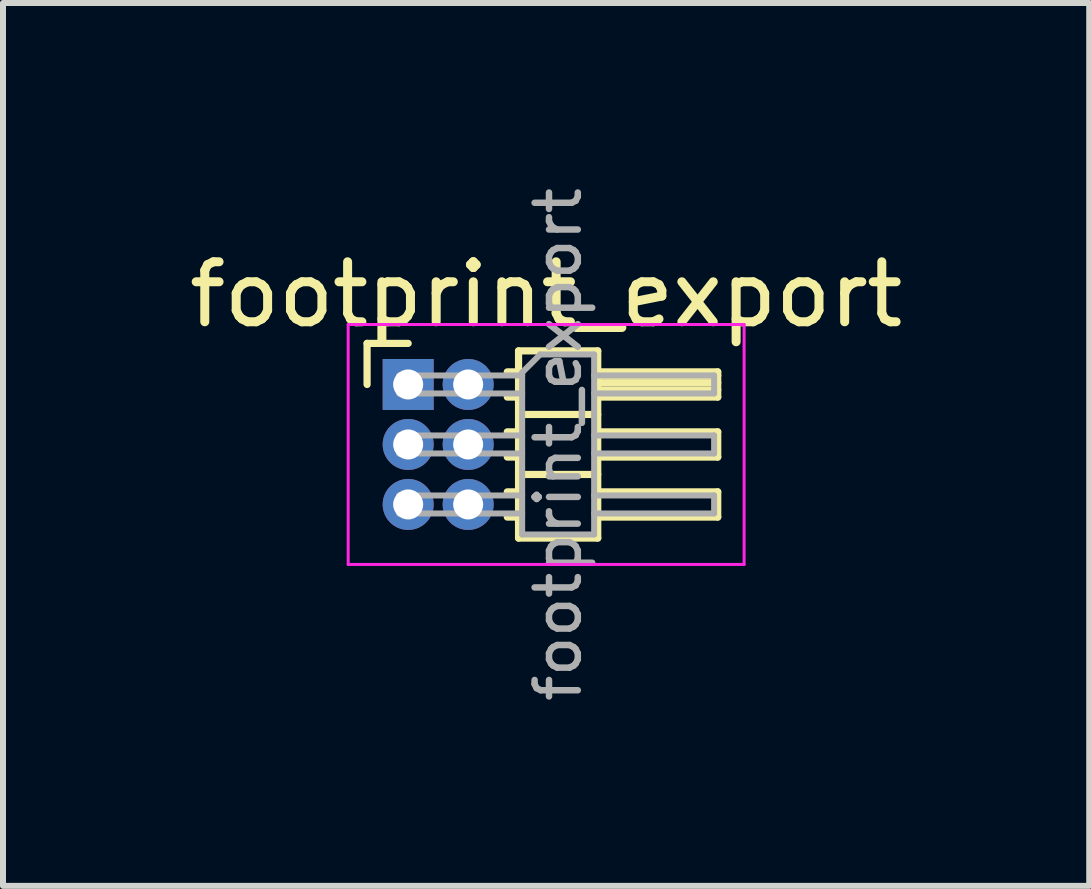
<source format=kicad_pcb>
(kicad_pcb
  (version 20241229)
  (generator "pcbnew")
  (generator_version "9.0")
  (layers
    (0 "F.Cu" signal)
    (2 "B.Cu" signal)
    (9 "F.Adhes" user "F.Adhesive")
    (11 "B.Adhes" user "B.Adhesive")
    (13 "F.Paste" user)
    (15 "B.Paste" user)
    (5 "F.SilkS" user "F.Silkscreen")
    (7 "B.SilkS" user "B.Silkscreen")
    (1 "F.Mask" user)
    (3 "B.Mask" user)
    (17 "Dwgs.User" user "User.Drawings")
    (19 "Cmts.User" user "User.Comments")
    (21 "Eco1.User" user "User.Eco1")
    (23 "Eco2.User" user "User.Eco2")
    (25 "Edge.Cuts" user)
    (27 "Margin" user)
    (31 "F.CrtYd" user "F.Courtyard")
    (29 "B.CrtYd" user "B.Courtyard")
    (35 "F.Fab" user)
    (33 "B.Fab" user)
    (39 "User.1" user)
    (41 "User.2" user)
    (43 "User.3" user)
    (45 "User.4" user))
  (footprint "footprint_export"
    (layer "F.Cu")
    (at 3.754 3.359)
    (property "Reference" "footprint_export" (at 2.3 -1.5 0) (layer "F.SilkS") (effects (font (size 1 1) (thickness 0.15))))
    (attr through_hole)
    (fp_line (start -0.685 -0.685) (end 0 -0.685) (stroke (width 0.12) (type solid)) (layer "F.SilkS"))
    (fp_line (start -0.685 0) (end -0.685 -0.685) (stroke (width 0.12) (type solid)) (layer "F.SilkS"))
    (fp_line (start 1.652 -0.21) (end 1.84 -0.21) (stroke (width 0.12) (type solid)) (layer "F.SilkS"))
    (fp_line (start 1.652 0.21) (end 1.84 0.21) (stroke (width 0.12) (type solid)) (layer "F.SilkS"))
    (fp_line (start 1.652 0.79) (end 1.84 0.79) (stroke (width 0.12) (type solid)) (layer "F.SilkS"))
    (fp_line (start 1.652 1.21) (end 1.84 1.21) (stroke (width 0.12) (type solid)) (layer "F.SilkS"))
    (fp_line (start 1.652 1.79) (end 1.84 1.79) (stroke (width 0.12) (type solid)) (layer "F.SilkS"))
    (fp_line (start 1.652 2.21) (end 1.84 2.21) (stroke (width 0.12) (type solid)) (layer "F.SilkS"))
    (fp_line (start 1.84 -0.56) (end 1.84 2.56) (stroke (width 0.12) (type solid)) (layer "F.SilkS"))
    (fp_line (start 1.84 0.5) (end 3.16 0.5) (stroke (width 0.12) (type solid)) (layer "F.SilkS"))
    (fp_line (start 1.84 1.5) (end 3.16 1.5) (stroke (width 0.12) (type solid)) (layer "F.SilkS"))
    (fp_line (start 1.84 2.56) (end 3.16 2.56) (stroke (width 0.12) (type solid)) (layer "F.SilkS"))
    (fp_line (start 3.16 -0.56) (end 1.84 -0.56) (stroke (width 0.12) (type solid)) (layer "F.SilkS"))
    (fp_line (start 3.16 -0.21) (end 5.16 -0.21) (stroke (width 0.12) (type solid)) (layer "F.SilkS"))
    (fp_line (start 3.16 -0.15) (end 5.16 -0.15) (stroke (width 0.12) (type solid)) (layer "F.SilkS"))
    (fp_line (start 3.16 -0.03) (end 5.16 -0.03) (stroke (width 0.12) (type solid)) (layer "F.SilkS"))
    (fp_line (start 3.16 0.09) (end 5.16 0.09) (stroke (width 0.12) (type solid)) (layer "F.SilkS"))
    (fp_line (start 3.16 0.79) (end 5.16 0.79) (stroke (width 0.12) (type solid)) (layer "F.SilkS"))
    (fp_line (start 3.16 1.79) (end 5.16 1.79) (stroke (width 0.12) (type solid)) (layer "F.SilkS"))
    (fp_line (start 3.16 2.56) (end 3.16 -0.56) (stroke (width 0.12) (type solid)) (layer "F.SilkS"))
    (fp_line (start 5.16 -0.21) (end 5.16 0.21) (stroke (width 0.12) (type solid)) (layer "F.SilkS"))
    (fp_line (start 5.16 0.21) (end 3.16 0.21) (stroke (width 0.12) (type solid)) (layer "F.SilkS"))
    (fp_line (start 5.16 0.79) (end 5.16 1.21) (stroke (width 0.12) (type solid)) (layer "F.SilkS"))
    (fp_line (start 5.16 1.21) (end 3.16 1.21) (stroke (width 0.12) (type solid)) (layer "F.SilkS"))
    (fp_line (start 5.16 1.79) (end 5.16 2.21) (stroke (width 0.12) (type solid)) (layer "F.SilkS"))
    (fp_line (start 5.16 2.21) (end 3.16 2.21) (stroke (width 0.12) (type solid)) (layer "F.SilkS"))
    (fp_line (start -1 -1) (end -1 3) (stroke (width 0.05) (type solid)) (layer "F.CrtYd"))
    (fp_line (start -1 3) (end 5.6 3) (stroke (width 0.05) (type solid)) (layer "F.CrtYd"))
    (fp_line (start 5.6 -1) (end -1 -1) (stroke (width 0.05) (type solid)) (layer "F.CrtYd"))
    (fp_line (start 5.6 3) (end 5.6 -1) (stroke (width 0.05) (type solid)) (layer "F.CrtYd"))
    (fp_line (start -0.15 -0.15) (end -0.15 0.15) (stroke (width 0.1) (type solid)) (layer "F.Fab"))
    (fp_line (start -0.15 -0.15) (end 1.9 -0.15) (stroke (width 0.1) (type solid)) (layer "F.Fab"))
    (fp_line (start -0.15 0.15) (end 1.9 0.15) (stroke (width 0.1) (type solid)) (layer "F.Fab"))
    (fp_line (start -0.15 0.85) (end -0.15 1.15) (stroke (width 0.1) (type solid)) (layer "F.Fab"))
    (fp_line (start -0.15 0.85) (end 1.9 0.85) (stroke (width 0.1) (type solid)) (layer "F.Fab"))
    (fp_line (start -0.15 1.15) (end 1.9 1.15) (stroke (width 0.1) (type solid)) (layer "F.Fab"))
    (fp_line (start -0.15 1.85) (end -0.15 2.15) (stroke (width 0.1) (type solid)) (layer "F.Fab"))
    (fp_line (start -0.15 1.85) (end 1.9 1.85) (stroke (width 0.1) (type solid)) (layer "F.Fab"))
    (fp_line (start -0.15 2.15) (end 1.9 2.15) (stroke (width 0.1) (type solid)) (layer "F.Fab"))
    (fp_line (start 1.9 -0.2) (end 2.2 -0.5) (stroke (width 0.1) (type solid)) (layer "F.Fab"))
    (fp_line (start 1.9 2.5) (end 1.9 -0.2) (stroke (width 0.1) (type solid)) (layer "F.Fab"))
    (fp_line (start 2.2 -0.5) (end 3.1 -0.5) (stroke (width 0.1) (type solid)) (layer "F.Fab"))
    (fp_line (start 3.1 -0.5) (end 3.1 2.5) (stroke (width 0.1) (type solid)) (layer "F.Fab"))
    (fp_line (start 3.1 -0.15) (end 5.1 -0.15) (stroke (width 0.1) (type solid)) (layer "F.Fab"))
    (fp_line (start 3.1 0.15) (end 5.1 0.15) (stroke (width 0.1) (type solid)) (layer "F.Fab"))
    (fp_line (start 3.1 0.85) (end 5.1 0.85) (stroke (width 0.1) (type solid)) (layer "F.Fab"))
    (fp_line (start 3.1 1.15) (end 5.1 1.15) (stroke (width 0.1) (type solid)) (layer "F.Fab"))
    (fp_line (start 3.1 1.85) (end 5.1 1.85) (stroke (width 0.1) (type solid)) (layer "F.Fab"))
    (fp_line (start 3.1 2.15) (end 5.1 2.15) (stroke (width 0.1) (type solid)) (layer "F.Fab"))
    (fp_line (start 3.1 2.5) (end 1.9 2.5) (stroke (width 0.1) (type solid)) (layer "F.Fab"))
    (fp_line (start 5.1 -0.15) (end 5.1 0.15) (stroke (width 0.1) (type solid)) (layer "F.Fab"))
    (fp_line (start 5.1 0.85) (end 5.1 1.15) (stroke (width 0.1) (type solid)) (layer "F.Fab"))
    (fp_line (start 5.1 1.85) (end 5.1 2.15) (stroke (width 0.1) (type solid)) (layer "F.Fab"))
    (fp_text user "${REFERENCE}" (at 2.5 1 90) (layer "F.Fab") (effects (font (size 0.72 0.72) (thickness 0.108))))
    (pad "1" thru_hole rect (at 0 0) (size 0.85 0.85) (drill 0.5) (layers "*.Cu" "*.Mask"))
    (pad "2" thru_hole oval (at 1 0) (size 0.85 0.85) (drill 0.5) (layers "*.Cu" "*.Mask"))
    (pad "3" thru_hole oval (at 0 1) (size 0.85 0.85) (drill 0.5) (layers "*.Cu" "*.Mask"))
    (pad "4" thru_hole oval (at 1 1) (size 0.85 0.85) (drill 0.5) (layers "*.Cu" "*.Mask"))
    (pad "5" thru_hole oval (at 0 2) (size 0.85 0.85) (drill 0.5) (layers "*.Cu" "*.Mask"))
    (pad "6" thru_hole oval (at 1 2) (size 0.85 0.85) (drill 0.5) (layers "*.Cu" "*.Mask")))
  (gr_rect
    (start -3 -3)
    (end 15.107 11.717)
    (stroke (width 0.1) (type default))
    (fill no)
    (layer "Edge.Cuts")))
</source>
